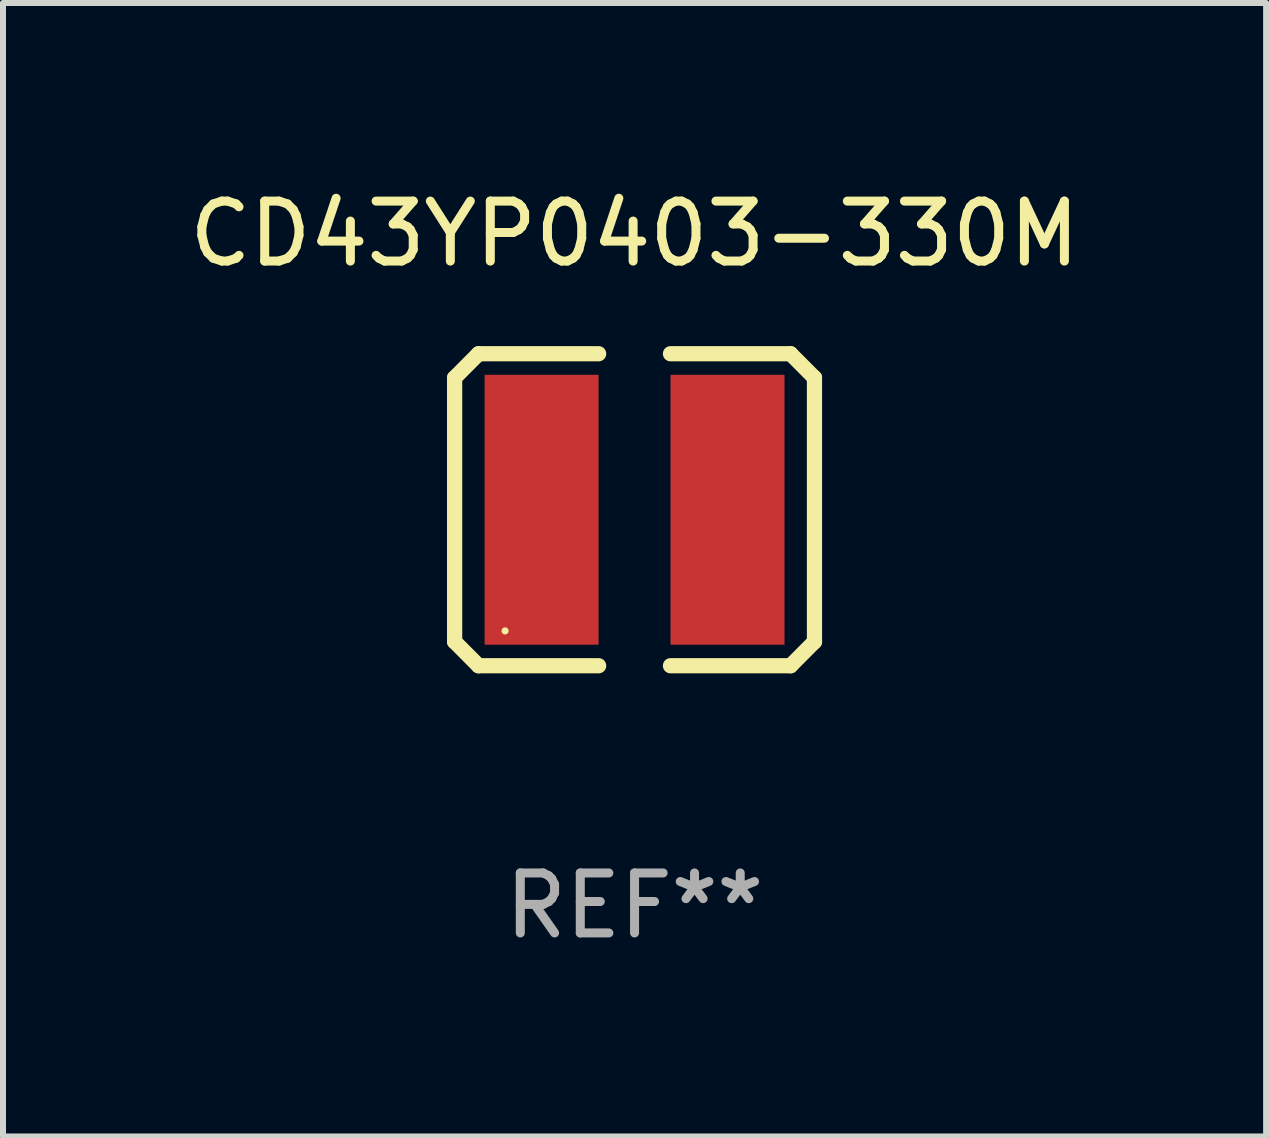
<source format=kicad_pcb>
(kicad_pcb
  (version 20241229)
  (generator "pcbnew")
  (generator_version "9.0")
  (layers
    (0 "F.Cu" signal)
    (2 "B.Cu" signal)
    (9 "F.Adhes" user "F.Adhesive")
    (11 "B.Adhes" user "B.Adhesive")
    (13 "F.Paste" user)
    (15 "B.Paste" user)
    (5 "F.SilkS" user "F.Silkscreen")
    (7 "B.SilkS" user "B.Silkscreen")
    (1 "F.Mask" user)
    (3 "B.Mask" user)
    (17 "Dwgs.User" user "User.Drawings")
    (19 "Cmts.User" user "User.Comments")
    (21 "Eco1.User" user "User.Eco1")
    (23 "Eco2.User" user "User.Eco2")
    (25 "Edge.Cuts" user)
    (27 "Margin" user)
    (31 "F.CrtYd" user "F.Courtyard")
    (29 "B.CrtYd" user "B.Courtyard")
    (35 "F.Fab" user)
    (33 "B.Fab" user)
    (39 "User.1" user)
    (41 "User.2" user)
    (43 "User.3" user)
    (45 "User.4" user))
  (footprint "CD43YP0403-330M"
    (layer "F.Cu")
    (at 7.53 5.449)
    (property "Reference" "CD43YP0403-330M" (at 0 -4.601 0) (layer "F.SilkS") (effects (font (size 1 1) (thickness 0.15))))
    (attr through_hole)
    (fp_line (start -3 -2.2) (end -2.601 -2.601) (stroke (width 0.254) (type solid)) (layer "F.SilkS"))
    (fp_line (start -3 2.2) (end -3 -2.2) (stroke (width 0.254) (type solid)) (layer "F.SilkS"))
    (fp_line (start -2.601 -2.601) (end -0.599 -2.601) (stroke (width 0.254) (type solid)) (layer "F.SilkS"))
    (fp_line (start -2.601 2.601) (end -3 2.2) (stroke (width 0.254) (type solid)) (layer "F.SilkS"))
    (fp_line (start -0.599 2.601) (end -2.601 2.601) (stroke (width 0.254) (type solid)) (layer "F.SilkS"))
    (fp_line (start 0.599 -2.601) (end 2.601 -2.601) (stroke (width 0.254) (type solid)) (layer "F.SilkS"))
    (fp_line (start 2.601 -2.601) (end 3 -2.2) (stroke (width 0.254) (type solid)) (layer "F.SilkS"))
    (fp_line (start 2.601 2.601) (end 0.599 2.601) (stroke (width 0.254) (type solid)) (layer "F.SilkS"))
    (fp_line (start 3 -2.2) (end 3 2.2) (stroke (width 0.254) (type solid)) (layer "F.SilkS"))
    (fp_line (start 3 2.2) (end 2.601 2.601) (stroke (width 0.254) (type solid)) (layer "F.SilkS"))
    (fp_circle (center -2.159 2.02) (end -2.129 2.02) (stroke (width 0.06) (type solid)) (fill no) (layer "F.SilkS"))
    (fp_text user "REF**" (at 0 6.601 0) (layer "F.Fab") (effects (font (size 1 1) (thickness 0.15))))
    (pad "1" smd rect (at -1.55 0) (size 1.9 4.5) (layers "F.Cu" "F.Mask" "F.Paste"))
    (pad "2" smd rect (at 1.55 0) (size 1.9 4.5) (layers "F.Cu" "F.Mask" "F.Paste")))
  (gr_rect
    (start -3 -3)
    (end 18.06 15.898)
    (stroke (width 0.1) (type default))
    (fill no)
    (layer "Edge.Cuts")))
</source>
